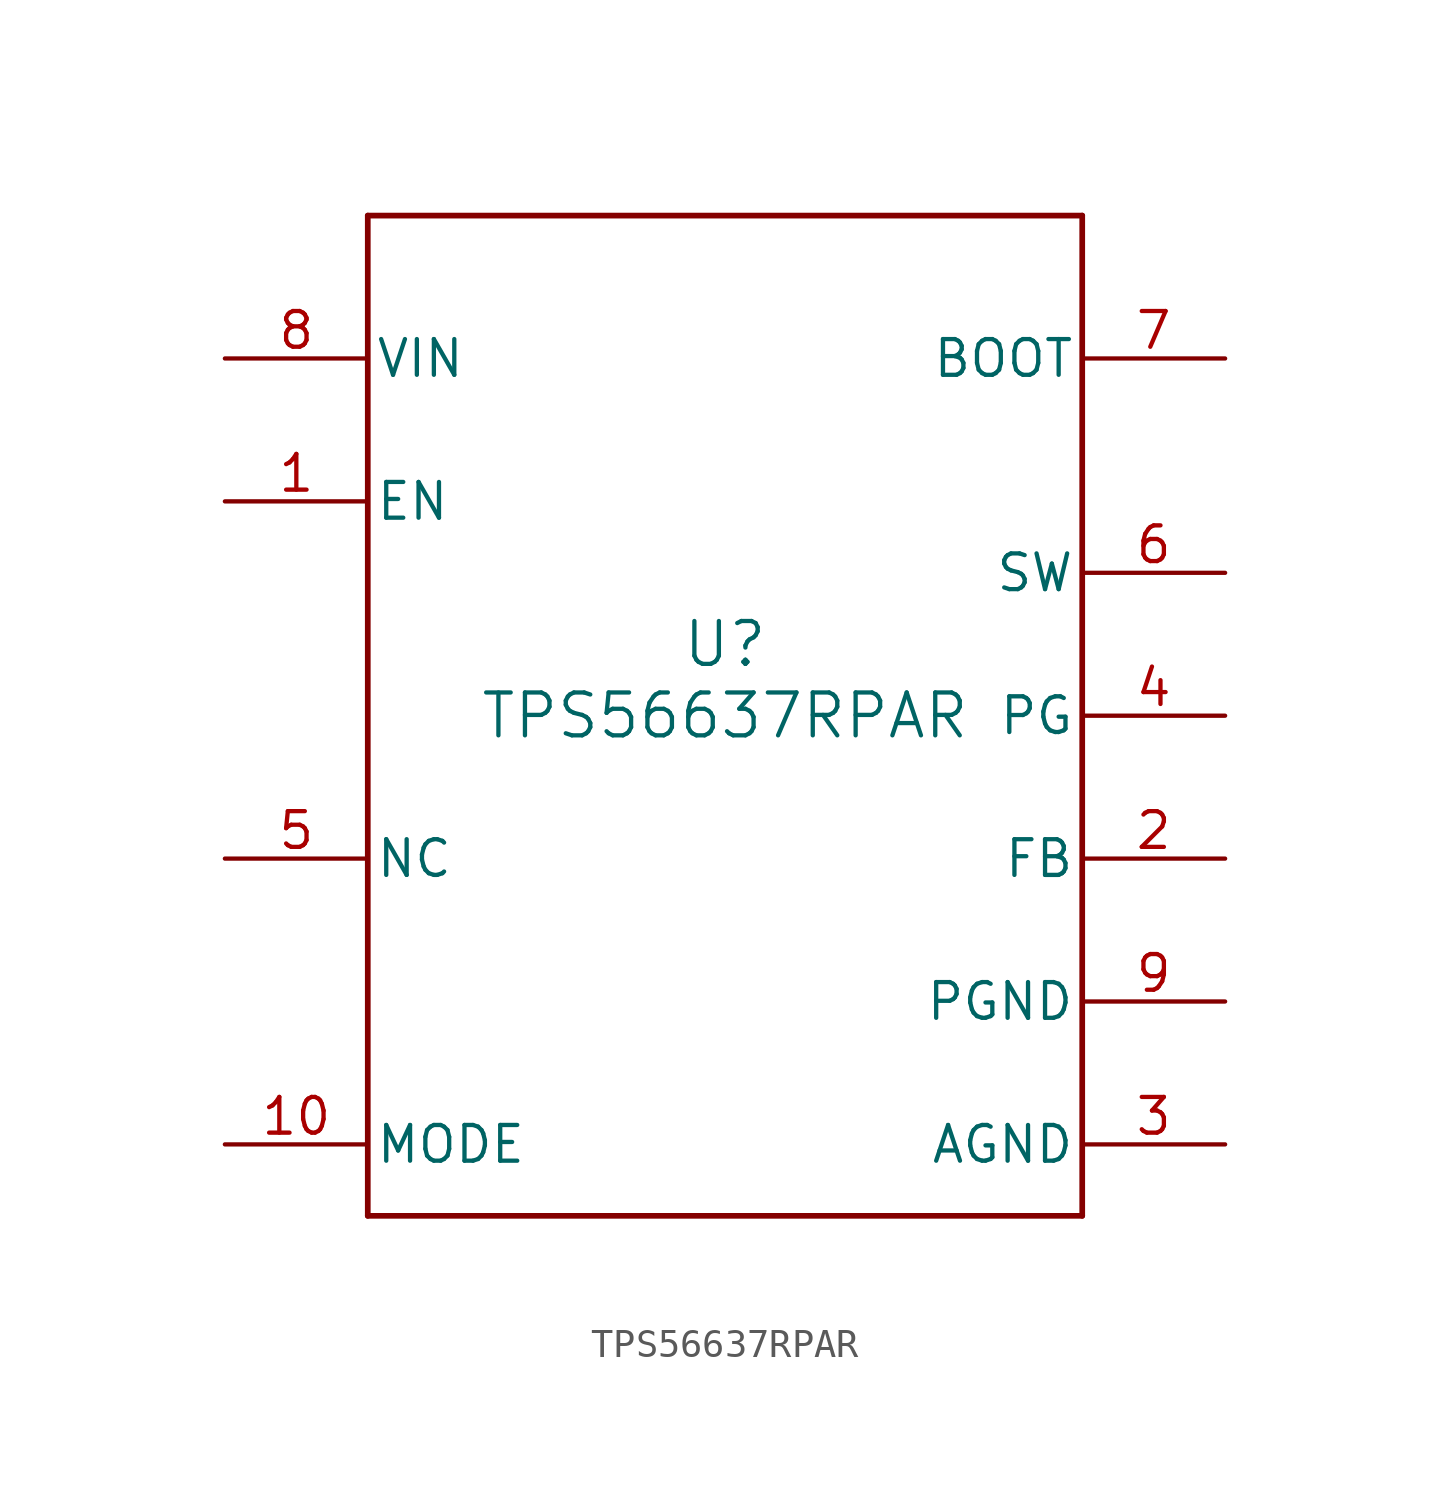
<source format=kicad_sym>
(kicad_symbol_lib
  (version 20211014)
  (generator kicad_symbol_editor)
  (symbol "TPS56637RPAR"
    (pin_names
      (offset 0.254))
    (property "Reference" "U"
      (at 0 2.54 0)
      (effects (font (size 1.524 1.524))))
    (property "Value" "TPS56637RPAR"
      (at 0 0 0)
      (effects (font (size 1.524 1.524))))
    (symbol "TPS56637RPAR_0_1"
      (polyline (pts (xy -12.7 -17.78) (xy 12.7 -17.78)) (stroke (width 0.203) (type default) (color 0 0 0 0)) (fill (type none)))
      (polyline (pts (xy 12.7 -17.78) (xy 12.7 17.78)) (stroke (width 0.203) (type default) (color 0 0 0 0)) (fill (type none)))
      (polyline (pts (xy 12.7 17.78) (xy -12.7 17.78)) (stroke (width 0.203) (type default) (color 0 0 0 0)) (fill (type none)))
      (polyline (pts (xy -12.7 17.78) (xy -12.7 -17.78)) (stroke (width 0.203) (type default) (color 0 0 0 0)) (fill (type none)))
      (pin power_in line (at -17.78 7.62 0) (length 5.08) (name "EN" (effects (font (size 1.27 1.27)))) (number "1" (effects (font (size 1.27 1.27)))))
      (pin power_in line (at 17.78 -5.08 180) (length 5.08) (name "FB" (effects (font (size 1.27 1.27)))) (number "2" (effects (font (size 1.27 1.27)))))
      (pin power_in line (at 17.78 -15.24 180) (length 5.08) (name "AGND" (effects (font (size 1.27 1.27)))) (number "3" (effects (font (size 1.27 1.27)))))
      (pin power_in line (at 17.78 0 180) (length 5.08) (name "PG" (effects (font (size 1.27 1.27)))) (number "4" (effects (font (size 1.27 1.27)))))
      (pin unspecified line (at -17.78 -5.08 0) (length 5.08) (name "NC" (effects (font (size 1.27 1.27)))) (number "5" (effects (font (size 1.27 1.27)))))
      (pin power_in line (at 17.78 5.08 180) (length 5.08) (name "SW" (effects (font (size 1.27 1.27)))) (number "6" (effects (font (size 1.27 1.27)))))
      (pin power_in line (at 17.78 12.7 180) (length 5.08) (name "BOOT" (effects (font (size 1.27 1.27)))) (number "7" (effects (font (size 1.27 1.27)))))
      (pin power_in line (at -17.78 12.7 0) (length 5.08) (name "VIN" (effects (font (size 1.27 1.27)))) (number "8" (effects (font (size 1.27 1.27)))))
      (pin power_in line (at 17.78 -10.16 180) (length 5.08) (name "PGND" (effects (font (size 1.27 1.27)))) (number "9" (effects (font (size 1.27 1.27)))))
      (pin power_in line (at -17.78 -15.24 0) (length 5.08) (name "MODE" (effects (font (size 1.27 1.27)))) (number "10" (effects (font (size 1.27 1.27))))))))
</source>
